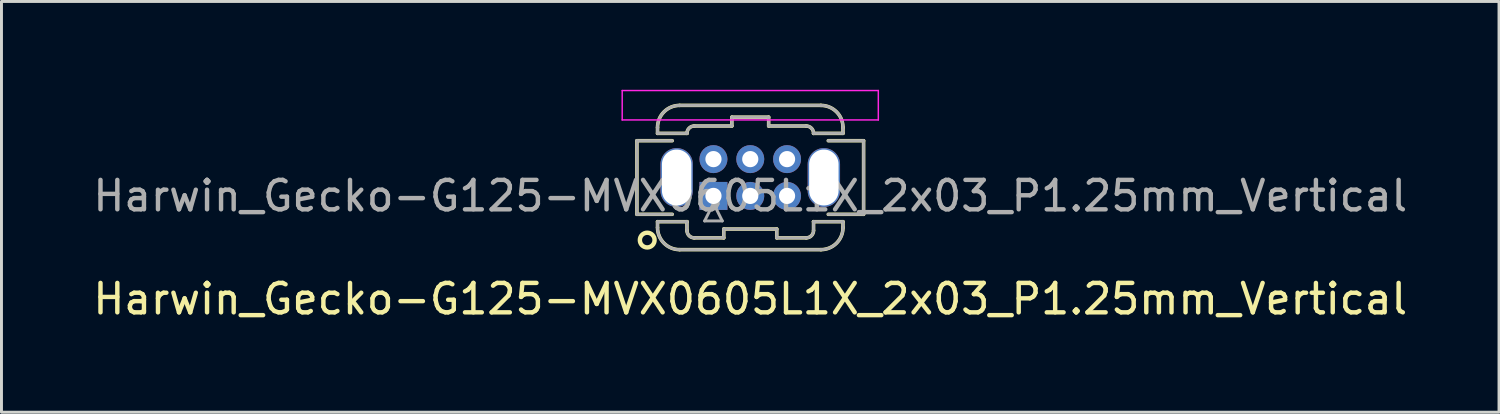
<source format=kicad_pcb>
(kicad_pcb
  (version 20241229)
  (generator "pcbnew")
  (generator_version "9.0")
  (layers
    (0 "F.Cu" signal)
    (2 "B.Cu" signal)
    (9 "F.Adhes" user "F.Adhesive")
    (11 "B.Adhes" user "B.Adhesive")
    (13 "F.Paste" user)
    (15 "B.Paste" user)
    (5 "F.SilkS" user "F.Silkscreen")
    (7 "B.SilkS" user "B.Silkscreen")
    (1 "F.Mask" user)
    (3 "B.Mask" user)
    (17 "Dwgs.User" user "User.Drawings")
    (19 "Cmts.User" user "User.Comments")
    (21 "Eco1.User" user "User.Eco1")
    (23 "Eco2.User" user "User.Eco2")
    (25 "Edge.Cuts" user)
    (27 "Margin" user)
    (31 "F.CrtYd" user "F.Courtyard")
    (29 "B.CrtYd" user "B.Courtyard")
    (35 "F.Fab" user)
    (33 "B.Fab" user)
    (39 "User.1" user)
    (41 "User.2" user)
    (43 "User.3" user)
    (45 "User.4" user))
  (footprint "Harwin_Gecko-G125-MVX0605L1X_2x03_P1.25mm_Vertical"
    (layer "F.Cu")
    (at 21.185 3.605)
    (property "Reference" "Harwin_Gecko-G125-MVX0605L1X_2x03_P1.25mm_Vertical" (at 1.25 3.5 0) (layer "F.SilkS") (effects (font (size 1 1) (thickness 0.15))))
    (attr through_hole)
    (fp_line (start -2.6 -1.875) (end -2.6 0.625) (stroke (width 0.12) (type solid)) (layer "F.SilkS"))
    (fp_line (start -2.6 0.625) (end -1.4 0.625) (stroke (width 0.12) (type solid)) (layer "F.SilkS"))
    (fp_line (start -1.9 -2.325) (end -1.9 -2.125) (stroke (width 0.12) (type solid)) (layer "F.SilkS"))
    (fp_line (start -1.9 -2.125) (end -0.9 -2.125) (stroke (width 0.12) (type solid)) (layer "F.SilkS"))
    (fp_line (start -1.9 0.875) (end -0.9 0.875) (stroke (width 0.12) (type solid)) (layer "F.SilkS"))
    (fp_line (start -1.9 1.075) (end -1.9 0.875) (stroke (width 0.12) (type solid)) (layer "F.SilkS"))
    (fp_line (start -1.4 -1.875) (end -2.6 -1.875) (stroke (width 0.12) (type solid)) (layer "F.SilkS"))
    (fp_line (start -1.15 -3.075) (end 3.65 -3.075) (stroke (width 0.12) (type solid)) (layer "F.SilkS"))
    (fp_line (start -1.15 1.825) (end 3.65 1.825) (stroke (width 0.12) (type solid)) (layer "F.SilkS"))
    (fp_line (start -0.9 -2.125) (end -0.9 -2.125) (stroke (width 0.12) (type solid)) (layer "F.SilkS"))
    (fp_line (start -0.9 0.875) (end -0.9 0.875) (stroke (width 0.12) (type solid)) (layer "F.SilkS"))
    (fp_line (start -0.9 1.175) (end -0.9 0.875) (stroke (width 0.12) (type solid)) (layer "F.SilkS"))
    (fp_line (start -0.65 -2.375) (end 0.625 -2.375) (stroke (width 0.12) (type solid)) (layer "F.SilkS"))
    (fp_line (start -0.65 1.425) (end 0.35 1.425) (stroke (width 0.12) (type solid)) (layer "F.SilkS"))
    (fp_line (start 0.35 1.125) (end 2.15 1.125) (stroke (width 0.12) (type solid)) (layer "F.SilkS"))
    (fp_line (start 0.35 1.425) (end 0.35 1.125) (stroke (width 0.12) (type solid)) (layer "F.SilkS"))
    (fp_line (start 0.625 -2.675) (end 1.875 -2.675) (stroke (width 0.12) (type solid)) (layer "F.SilkS"))
    (fp_line (start 0.625 -2.375) (end 0.625 -2.675) (stroke (width 0.12) (type solid)) (layer "F.SilkS"))
    (fp_line (start 1.875 -2.675) (end 1.875 -2.375) (stroke (width 0.12) (type solid)) (layer "F.SilkS"))
    (fp_line (start 1.875 -2.375) (end 3.15 -2.375) (stroke (width 0.12) (type solid)) (layer "F.SilkS"))
    (fp_line (start 2.15 1.125) (end 2.15 1.425) (stroke (width 0.12) (type solid)) (layer "F.SilkS"))
    (fp_line (start 2.15 1.425) (end 3.15 1.425) (stroke (width 0.12) (type solid)) (layer "F.SilkS"))
    (fp_line (start 3.4 -2.125) (end 3.4 -2.125) (stroke (width 0.12) (type solid)) (layer "F.SilkS"))
    (fp_line (start 3.4 0.875) (end 3.4 0.875) (stroke (width 0.12) (type solid)) (layer "F.SilkS"))
    (fp_line (start 3.4 1.175) (end 3.4 0.875) (stroke (width 0.12) (type solid)) (layer "F.SilkS"))
    (fp_line (start 3.9 -1.875) (end 5.1 -1.875) (stroke (width 0.12) (type solid)) (layer "F.SilkS"))
    (fp_line (start 4.4 -2.325) (end 4.4 -2.125) (stroke (width 0.12) (type solid)) (layer "F.SilkS"))
    (fp_line (start 4.4 -2.125) (end 3.4 -2.125) (stroke (width 0.12) (type solid)) (layer "F.SilkS"))
    (fp_line (start 4.4 0.875) (end 3.4 0.875) (stroke (width 0.12) (type solid)) (layer "F.SilkS"))
    (fp_line (start 4.4 1.075) (end 4.4 0.875) (stroke (width 0.12) (type solid)) (layer "F.SilkS"))
    (fp_line (start 5.1 -1.875) (end 5.1 0.625) (stroke (width 0.12) (type solid)) (layer "F.SilkS"))
    (fp_line (start 5.1 0.625) (end 3.9 0.625) (stroke (width 0.12) (type solid)) (layer "F.SilkS"))
    (fp_arc (start -1.9 -2.325) (mid -1.68033 -2.85533) (end -1.15 -3.075) (stroke (width 0.12) (type solid)) (layer "F.SilkS"))
    (fp_arc (start -1.15 1.825) (mid -1.68033 1.60533) (end -1.9 1.075) (stroke (width 0.12) (type solid)) (layer "F.SilkS"))
    (fp_arc (start -0.9 -2.125) (mid -0.826777 -2.301777) (end -0.65 -2.375) (stroke (width 0.12) (type solid)) (layer "F.SilkS"))
    (fp_arc (start -0.65 1.425) (mid -0.826777 1.351777) (end -0.9 1.175) (stroke (width 0.12) (type solid)) (layer "F.SilkS"))
    (fp_arc (start 3.15 -2.375) (mid 3.326777 -2.301777) (end 3.4 -2.125) (stroke (width 0.12) (type solid)) (layer "F.SilkS"))
    (fp_arc (start 3.4 1.175) (mid 3.326777 1.351777) (end 3.15 1.425) (stroke (width 0.12) (type solid)) (layer "F.SilkS"))
    (fp_arc (start 3.65 -3.075) (mid 4.18033 -2.85533) (end 4.4 -2.325) (stroke (width 0.12) (type solid)) (layer "F.SilkS"))
    (fp_arc (start 4.4 1.075) (mid 4.18033 1.60533) (end 3.65 1.825) (stroke (width 0.12) (type solid)) (layer "F.SilkS"))
    (fp_circle (center -2.25 1.5) (end -2 1.5) (stroke (width 0.15) (type solid)) (fill no) (layer "F.SilkS"))
    (fp_line (start -3.1 -3.58) (end -3.1 -2.58) (stroke (width 0.05) (type solid)) (layer "F.CrtYd"))
    (fp_line (start -3.1 -2.58) (end 5.6 -2.58) (stroke (width 0.05) (type solid)) (layer "F.CrtYd"))
    (fp_line (start 5.6 -3.58) (end -3.1 -3.58) (stroke (width 0.05) (type solid)) (layer "F.CrtYd"))
    (fp_line (start 5.6 -2.58) (end 5.6 -3.58) (stroke (width 0.05) (type solid)) (layer "F.CrtYd"))
    (fp_line (start -2.6 -1.875) (end -2.6 0.625) (stroke (width 0.1) (type solid)) (layer "F.Fab"))
    (fp_line (start -2.6 0.625) (end -1.4 0.625) (stroke (width 0.1) (type solid)) (layer "F.Fab"))
    (fp_line (start -1.9 -2.325) (end -1.9 -2.125) (stroke (width 0.1) (type solid)) (layer "F.Fab"))
    (fp_line (start -1.9 -2.125) (end -0.9 -2.125) (stroke (width 0.1) (type solid)) (layer "F.Fab"))
    (fp_line (start -1.9 0.875) (end -0.9 0.875) (stroke (width 0.1) (type solid)) (layer "F.Fab"))
    (fp_line (start -1.9 1.075) (end -1.9 0.875) (stroke (width 0.1) (type solid)) (layer "F.Fab"))
    (fp_line (start -1.4 -1.875) (end -2.6 -1.875) (stroke (width 0.1) (type solid)) (layer "F.Fab"))
    (fp_line (start -1.15 -3.075) (end 3.65 -3.075) (stroke (width 0.1) (type solid)) (layer "F.Fab"))
    (fp_line (start -1.15 1.825) (end 3.65 1.825) (stroke (width 0.1) (type solid)) (layer "F.Fab"))
    (fp_line (start -0.9 -2.125) (end -0.9 -2.125) (stroke (width 0.1) (type solid)) (layer "F.Fab"))
    (fp_line (start -0.9 0.875) (end -0.9 0.875) (stroke (width 0.1) (type solid)) (layer "F.Fab"))
    (fp_line (start -0.9 1.175) (end -0.9 0.875) (stroke (width 0.1) (type solid)) (layer "F.Fab"))
    (fp_line (start -0.65 -2.375) (end 0.625 -2.375) (stroke (width 0.1) (type solid)) (layer "F.Fab"))
    (fp_line (start -0.65 1.425) (end 0.35 1.425) (stroke (width 0.1) (type solid)) (layer "F.Fab"))
    (fp_line (start -0.3 0.85) (end 0.3 0.85) (stroke (width 0.1) (type solid)) (layer "F.Fab"))
    (fp_line (start 0 0.25) (end -0.3 0.85) (stroke (width 0.1) (type solid)) (layer "F.Fab"))
    (fp_line (start 0.3 0.85) (end 0 0.25) (stroke (width 0.1) (type solid)) (layer "F.Fab"))
    (fp_line (start 0.35 1.125) (end 2.15 1.125) (stroke (width 0.1) (type solid)) (layer "F.Fab"))
    (fp_line (start 0.35 1.425) (end 0.35 1.125) (stroke (width 0.1) (type solid)) (layer "F.Fab"))
    (fp_line (start 0.625 -2.675) (end 1.875 -2.675) (stroke (width 0.1) (type solid)) (layer "F.Fab"))
    (fp_line (start 0.625 -2.375) (end 0.625 -2.675) (stroke (width 0.1) (type solid)) (layer "F.Fab"))
    (fp_line (start 1.875 -2.675) (end 1.875 -2.375) (stroke (width 0.1) (type solid)) (layer "F.Fab"))
    (fp_line (start 1.875 -2.375) (end 3.15 -2.375) (stroke (width 0.1) (type solid)) (layer "F.Fab"))
    (fp_line (start 2.15 1.125) (end 2.15 1.425) (stroke (width 0.1) (type solid)) (layer "F.Fab"))
    (fp_line (start 2.15 1.425) (end 3.15 1.425) (stroke (width 0.1) (type solid)) (layer "F.Fab"))
    (fp_line (start 3.4 -2.125) (end 3.4 -2.125) (stroke (width 0.1) (type solid)) (layer "F.Fab"))
    (fp_line (start 3.4 0.875) (end 3.4 0.875) (stroke (width 0.1) (type solid)) (layer "F.Fab"))
    (fp_line (start 3.4 1.175) (end 3.4 0.875) (stroke (width 0.1) (type solid)) (layer "F.Fab"))
    (fp_line (start 3.9 -1.875) (end 5.1 -1.875) (stroke (width 0.1) (type solid)) (layer "F.Fab"))
    (fp_line (start 4.4 -2.325) (end 4.4 -2.125) (stroke (width 0.1) (type solid)) (layer "F.Fab"))
    (fp_line (start 4.4 -2.125) (end 3.4 -2.125) (stroke (width 0.1) (type solid)) (layer "F.Fab"))
    (fp_line (start 4.4 0.875) (end 3.4 0.875) (stroke (width 0.1) (type solid)) (layer "F.Fab"))
    (fp_line (start 4.4 1.075) (end 4.4 0.875) (stroke (width 0.1) (type solid)) (layer "F.Fab"))
    (fp_line (start 5.1 -1.875) (end 5.1 0.625) (stroke (width 0.1) (type solid)) (layer "F.Fab"))
    (fp_line (start 5.1 0.625) (end 3.9 0.625) (stroke (width 0.1) (type solid)) (layer "F.Fab"))
    (fp_arc (start -1.9 -2.325) (mid -1.68033 -2.85533) (end -1.15 -3.075) (stroke (width 0.1) (type solid)) (layer "F.Fab"))
    (fp_arc (start -1.15 1.825) (mid -1.68033 1.60533) (end -1.9 1.075) (stroke (width 0.1) (type solid)) (layer "F.Fab"))
    (fp_arc (start -0.9 -2.125) (mid -0.826777 -2.301777) (end -0.65 -2.375) (stroke (width 0.1) (type solid)) (layer "F.Fab"))
    (fp_arc (start -0.65 1.425) (mid -0.826777 1.351777) (end -0.9 1.175) (stroke (width 0.1) (type solid)) (layer "F.Fab"))
    (fp_arc (start 3.15 -2.375) (mid 3.326777 -2.301777) (end 3.4 -2.125) (stroke (width 0.1) (type solid)) (layer "F.Fab"))
    (fp_arc (start 3.4 1.175) (mid 3.326777 1.351777) (end 3.15 1.425) (stroke (width 0.1) (type solid)) (layer "F.Fab"))
    (fp_arc (start 3.65 -3.075) (mid 4.18033 -2.85533) (end 4.4 -2.325) (stroke (width 0.1) (type solid)) (layer "F.Fab"))
    (fp_arc (start 4.4 1.075) (mid 4.18033 1.60533) (end 3.65 1.825) (stroke (width 0.1) (type solid)) (layer "F.Fab"))
    (fp_text user "${REFERENCE}" (at 1.25 0 0) (layer "F.Fab") (effects (font (size 1 1) (thickness 0.15))))
    (pad "" np_thru_hole oval (at -1.25 -0.625) (size 1.1 2) (drill oval 1 1.9) (layers "*.Cu" "*.Mask"))
    (pad "" np_thru_hole oval (at 3.75 -0.625) (size 1.1 2) (drill oval 1 1.9) (layers "*.Cu" "*.Mask"))
    (pad "1" thru_hole rect (at 0 0) (size 0.95 0.95) (drill 0.55) (layers "*.Cu" "*.Mask"))
    (pad "2" thru_hole circle (at 0 -1.25) (size 0.95 0.95) (drill 0.55) (layers "*.Cu" "*.Mask"))
    (pad "3" thru_hole circle (at 1.25 0) (size 0.95 0.95) (drill 0.55) (layers "*.Cu" "*.Mask"))
    (pad "4" thru_hole circle (at 1.25 -1.25) (size 0.95 0.95) (drill 0.55) (layers "*.Cu" "*.Mask"))
    (pad "5" thru_hole circle (at 2.5 0) (size 0.95 0.95) (drill 0.55) (layers "*.Cu" "*.Mask"))
    (pad "6" thru_hole circle (at 2.5 -1.25) (size 0.95 0.95) (drill 0.55) (layers "*.Cu" "*.Mask")))
  (gr_rect
    (start -3 -3)
    (end 47.869 10.953)
    (stroke (width 0.1) (type default))
    (fill no)
    (layer "Edge.Cuts")))
</source>
